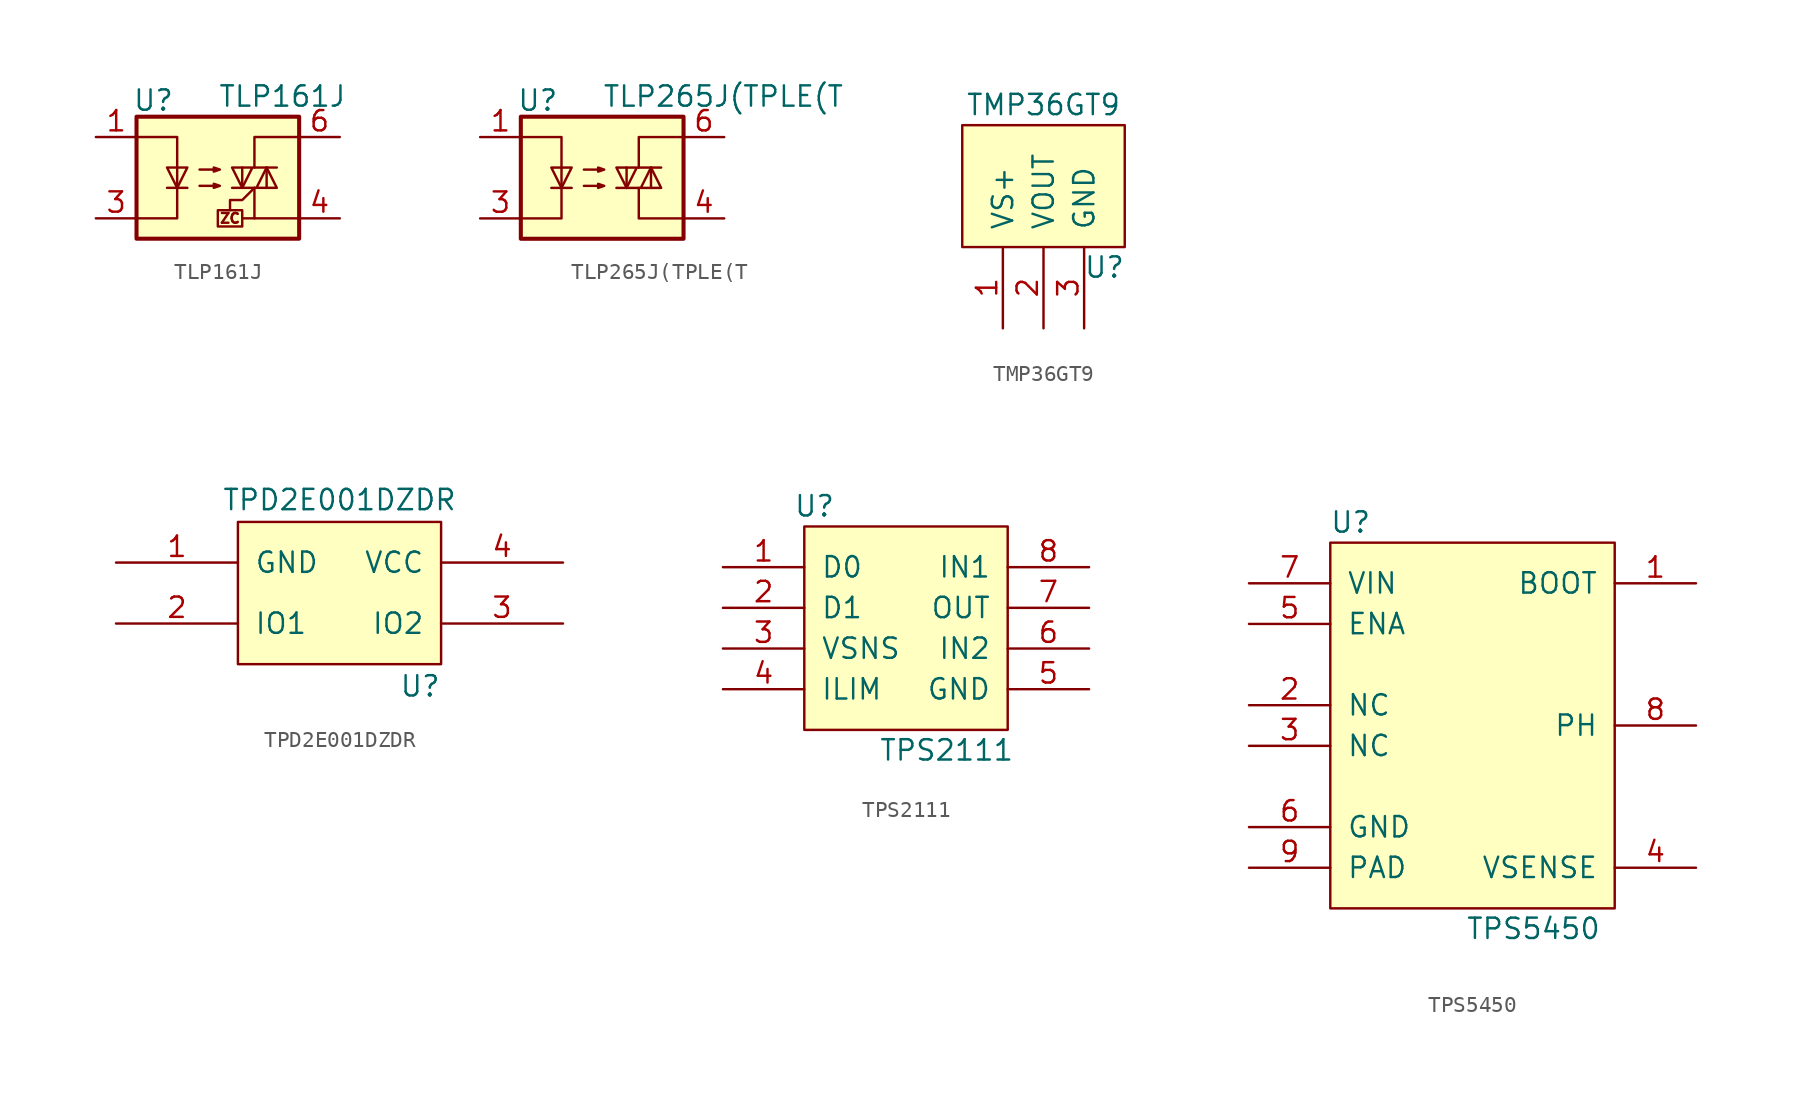
<source format=kicad_sym>
(kicad_symbol_lib
  (version 20211014)
  (generator kicad_symbol_editor)
  (symbol "TLP161J"
    (property "Reference" "U"
      (at -5.334 4.826 0)
      (effects (font (size 1.27 1.27)) (justify left)))
    (property "Value" "TLP161J"
      (at 0 5.08 0)
      (effects (font (size 1.27 1.27)) (justify left)))
    (symbol "TLP161J_0_0"
      (polyline (pts (xy 2.286 -2.54) (xy 1.524 -2.54)) (stroke (width 0) (type default) (color 0 0 0 0)) (fill (type none)))
      (polyline (pts (xy 2.286 -0.635) (xy 1.524 -1.397) (xy 0.762 -1.397) (xy 0.762 -2.032)) (stroke (width 0) (type default) (color 0 0 0 0)) (fill (type none)))
      (polyline (pts (xy 1.524 -2.032) (xy 1.524 -3.048) (xy 0 -3.048) (xy 0 -2.032) (xy 1.524 -2.032)) (stroke (width 0) (type default) (color 0 0 0 0)) (fill (type none)))
      (text "ZC" (at 0.762 -2.54 0) (effects (font (size 0.61 0.61)))))
    (symbol "TLP161J_0_1"
      (rectangle (start -5.08 3.81) (end 5.08 -3.81) (stroke (width 0.254) (type default) (color 0 0 0 0)) (fill (type background)))
      (polyline (pts (xy -3.175 -0.635) (xy -1.905 -0.635)) (stroke (width 0) (type default) (color 0 0 0 0)) (fill (type none)))
      (polyline (pts (xy 1.524 -0.635) (xy 1.524 0.635)) (stroke (width 0) (type default) (color 0 0 0 0)) (fill (type none)))
      (polyline (pts (xy 3.048 0.635) (xy 3.048 -0.635)) (stroke (width 0) (type default) (color 0 0 0 0)) (fill (type none)))
      (polyline (pts (xy 2.286 -0.635) (xy 2.286 -2.54) (xy 5.08 -2.54)) (stroke (width 0) (type default) (color 0 0 0 0)) (fill (type none)))
      (polyline (pts (xy 2.286 0.635) (xy 2.286 2.54) (xy 5.08 2.54)) (stroke (width 0) (type default) (color 0 0 0 0)) (fill (type none)))
      (polyline (pts (xy -5.08 2.54) (xy -2.54 2.54) (xy -2.54 -2.54) (xy -5.08 -2.54)) (stroke (width 0) (type default) (color 0 0 0 0)) (fill (type none)))
      (polyline (pts (xy -2.54 -0.635) (xy -3.175 0.635) (xy -1.905 0.635) (xy -2.54 -0.635)) (stroke (width 0) (type default) (color 0 0 0 0)) (fill (type none)))
      (polyline (pts (xy 0.889 -0.635) (xy 3.683 -0.635) (xy 3.048 0.635) (xy 2.413 -0.635)) (stroke (width 0) (type default) (color 0 0 0 0)) (fill (type none)))
      (polyline (pts (xy 3.683 0.635) (xy 0.889 0.635) (xy 1.524 -0.635) (xy 2.159 0.635)) (stroke (width 0) (type default) (color 0 0 0 0)) (fill (type none)))
      (polyline (pts (xy -1.143 -0.508) (xy 0.127 -0.508) (xy -0.254 -0.635) (xy -0.254 -0.381) (xy 0.127 -0.508)) (stroke (width 0) (type default) (color 0 0 0 0)) (fill (type none)))
      (polyline (pts (xy -1.143 0.508) (xy 0.127 0.508) (xy -0.254 0.381) (xy -0.254 0.635) (xy 0.127 0.508)) (stroke (width 0) (type default) (color 0 0 0 0)) (fill (type none))))
    (symbol "TLP161J_1_1"
      (pin passive line (at -7.62 2.54 0) (length 2.54) (name "~" (effects (font (size 1.27 1.27)))) (number "1" (effects (font (size 1.27 1.27)))))
      (pin passive line (at -7.62 -2.54 0) (length 2.54) (name "~" (effects (font (size 1.27 1.27)))) (number "3" (effects (font (size 1.27 1.27)))))
      (pin passive line (at 7.62 -2.54 180) (length 2.54) (name "~" (effects (font (size 1.27 1.27)))) (number "4" (effects (font (size 1.27 1.27)))))
      (pin passive line (at 7.62 2.54 180) (length 2.54) (name "~" (effects (font (size 1.27 1.27)))) (number "6" (effects (font (size 1.27 1.27)))))))
  (symbol "TLP265J(TPLE(T"
    (property "Reference" "U"
      (at -5.334 4.826 0)
      (effects (font (size 1.27 1.27)) (justify left)))
    (property "Value" "TLP265J(TPLE(T"
      (at 0 5.08 0)
      (effects (font (size 1.27 1.27)) (justify left)))
    (symbol "TLP265J(TPLE(T_0_1"
      (rectangle (start -5.08 3.81) (end 5.08 -3.81) (stroke (width 0.254) (type default) (color 0 0 0 0)) (fill (type background)))
      (polyline (pts (xy -3.175 -0.635) (xy -1.905 -0.635)) (stroke (width 0) (type default) (color 0 0 0 0)) (fill (type none)))
      (polyline (pts (xy 1.524 -0.635) (xy 1.524 0.635)) (stroke (width 0) (type default) (color 0 0 0 0)) (fill (type none)))
      (polyline (pts (xy 3.048 0.635) (xy 3.048 -0.635)) (stroke (width 0) (type default) (color 0 0 0 0)) (fill (type none)))
      (polyline (pts (xy 2.286 -0.635) (xy 2.286 -2.54) (xy 5.08 -2.54)) (stroke (width 0) (type default) (color 0 0 0 0)) (fill (type none)))
      (polyline (pts (xy 2.286 0.635) (xy 2.286 2.54) (xy 5.08 2.54)) (stroke (width 0) (type default) (color 0 0 0 0)) (fill (type none)))
      (polyline (pts (xy -5.08 2.54) (xy -2.54 2.54) (xy -2.54 -2.54) (xy -5.08 -2.54)) (stroke (width 0) (type default) (color 0 0 0 0)) (fill (type none)))
      (polyline (pts (xy -2.54 -0.635) (xy -3.175 0.635) (xy -1.905 0.635) (xy -2.54 -0.635)) (stroke (width 0) (type default) (color 0 0 0 0)) (fill (type none)))
      (polyline (pts (xy 0.889 -0.635) (xy 3.683 -0.635) (xy 3.048 0.635) (xy 2.413 -0.635)) (stroke (width 0) (type default) (color 0 0 0 0)) (fill (type none)))
      (polyline (pts (xy 3.683 0.635) (xy 0.889 0.635) (xy 1.524 -0.635) (xy 2.159 0.635)) (stroke (width 0) (type default) (color 0 0 0 0)) (fill (type none)))
      (polyline (pts (xy -1.143 -0.508) (xy 0.127 -0.508) (xy -0.254 -0.635) (xy -0.254 -0.381) (xy 0.127 -0.508)) (stroke (width 0) (type default) (color 0 0 0 0)) (fill (type none)))
      (polyline (pts (xy -1.143 0.508) (xy 0.127 0.508) (xy -0.254 0.381) (xy -0.254 0.635) (xy 0.127 0.508)) (stroke (width 0) (type default) (color 0 0 0 0)) (fill (type none))))
    (symbol "TLP265J(TPLE(T_1_1"
      (pin passive line (at -7.62 2.54 0) (length 2.54) (name "~" (effects (font (size 1.27 1.27)))) (number "1" (effects (font (size 1.27 1.27)))))
      (pin passive line (at -7.62 -2.54 0) (length 2.54) (name "~" (effects (font (size 1.27 1.27)))) (number "3" (effects (font (size 1.27 1.27)))))
      (pin passive line (at 7.62 -2.54 180) (length 2.54) (name "~" (effects (font (size 1.27 1.27)))) (number "4" (effects (font (size 1.27 1.27)))))
      (pin passive line (at 7.62 2.54 180) (length 2.54) (name "~" (effects (font (size 1.27 1.27)))) (number "6" (effects (font (size 1.27 1.27)))))))
  (symbol "TMP36GT9"
    (pin_names
      (offset 1.016))
    (property "Reference" "U"
      (at 6.35 -1.27 0)
      (effects (font (size 1.27 1.27))))
    (property "Value" "TMP36GT9"
      (at 2.54 8.89 0)
      (effects (font (size 1.27 1.27))))
    (symbol "TMP36GT9_0_1"
      (rectangle (start -2.54 0) (end 7.62 7.62) (stroke (width 0) (type default) (color 0 0 0 0)) (fill (type background))))
    (symbol "TMP36GT9_1_1"
      (pin input line (at 0 -5.08 90) (length 5.08) (name "VS+" (effects (font (size 1.27 1.27)))) (number "1" (effects (font (size 1.27 1.27)))))
      (pin input line (at 2.54 -5.08 90) (length 5.08) (name "VOUT" (effects (font (size 1.27 1.27)))) (number "2" (effects (font (size 1.27 1.27)))))
      (pin input line (at 5.08 -5.08 90) (length 5.08) (name "GND" (effects (font (size 1.27 1.27)))) (number "3" (effects (font (size 1.27 1.27)))))))
  (symbol "TPD2E001DZDR"
    (pin_names
      (offset 1.016))
    (property "Reference" "U"
      (at 6.35 -5.715 0)
      (effects (font (size 1.27 1.27)) (justify right top)))
    (property "Value" "TPD2E001DZDR"
      (at 0 4.445 0)
      (effects (font (size 1.27 1.27)) (justify bottom)))
    (property "Footprint" ""
      (at -6.35 5.08 0)
      (effects (font (size 1.524 1.524))))
    (property "Datasheet" ""
      (at -6.35 5.08 0)
      (effects (font (size 1.524 1.524))))
    (symbol "TPD2E001DZDR_0_1"
      (rectangle (start 6.35 -5.08) (end -6.35 3.81) (stroke (width 0) (type default) (color 0 0 0 0)) (fill (type background))))
    (symbol "TPD2E001DZDR_1_1"
      (pin power_in line (at -13.97 1.27 0) (length 7.62) (name "GND" (effects (font (size 1.27 1.27)))) (number "1" (effects (font (size 1.27 1.27)))))
      (pin bidirectional line (at -13.97 -2.54 0) (length 7.62) (name "IO1" (effects (font (size 1.27 1.27)))) (number "2" (effects (font (size 1.27 1.27)))))
      (pin bidirectional line (at 13.97 -2.54 180) (length 7.62) (name "IO2" (effects (font (size 1.27 1.27)))) (number "3" (effects (font (size 1.27 1.27)))))
      (pin power_in line (at 13.97 1.27 180) (length 7.62) (name "VCC" (effects (font (size 1.27 1.27)))) (number "4" (effects (font (size 1.27 1.27)))))))
  (symbol "TPS2111"
    (pin_names
      (offset 1.016))
    (property "Reference" "U"
      (at 0.635 1.27 0)
      (effects (font (size 1.27 1.27))))
    (property "Value" "TPS2111"
      (at 8.89 -13.97 0)
      (effects (font (size 1.27 1.27))))
    (symbol "TPS2111_0_1"
      (rectangle (start 12.7 0) (end 0 -12.7) (stroke (width 0) (type default) (color 0 0 0 0)) (fill (type background))))
    (symbol "TPS2111_1_1"
      (pin input line (at -5.08 -2.54 0) (length 5.08) (name "D0" (effects (font (size 1.27 1.27)))) (number "1" (effects (font (size 1.27 1.27)))))
      (pin input line (at -5.08 -5.08 0) (length 5.08) (name "D1" (effects (font (size 1.27 1.27)))) (number "2" (effects (font (size 1.27 1.27)))))
      (pin input line (at -5.08 -7.62 0) (length 5.08) (name "VSNS" (effects (font (size 1.27 1.27)))) (number "3" (effects (font (size 1.27 1.27)))))
      (pin input line (at -5.08 -10.16 0) (length 5.08) (name "ILIM" (effects (font (size 1.27 1.27)))) (number "4" (effects (font (size 1.27 1.27)))))
      (pin input line (at 17.78 -10.16 180) (length 5.08) (name "GND" (effects (font (size 1.27 1.27)))) (number "5" (effects (font (size 1.27 1.27)))))
      (pin input line (at 17.78 -7.62 180) (length 5.08) (name "IN2" (effects (font (size 1.27 1.27)))) (number "6" (effects (font (size 1.27 1.27)))))
      (pin input line (at 17.78 -5.08 180) (length 5.08) (name "OUT" (effects (font (size 1.27 1.27)))) (number "7" (effects (font (size 1.27 1.27)))))
      (pin input line (at 17.78 -2.54 180) (length 5.08) (name "IN1" (effects (font (size 1.27 1.27)))) (number "8" (effects (font (size 1.27 1.27)))))))
  (symbol "TPS5450"
    (pin_names
      (offset 1.016))
    (property "Reference" "U"
      (at 1.27 3.81 0)
      (effects (font (size 1.27 1.27))))
    (property "Value" "TPS5450"
      (at 12.7 -21.59 0)
      (effects (font (size 1.27 1.27))))
    (symbol "TPS5450_0_1"
      (rectangle (start 0 2.54) (end 17.78 -20.32) (stroke (width 0) (type default) (color 0 0 0 0)) (fill (type background))))
    (symbol "TPS5450_1_1"
      (pin input line (at 22.86 0 180) (length 5.08) (name "BOOT" (effects (font (size 1.27 1.27)))) (number "1" (effects (font (size 1.27 1.27)))))
      (pin input line (at -5.08 -7.62 0) (length 5.08) (name "NC" (effects (font (size 1.27 1.27)))) (number "2" (effects (font (size 1.27 1.27)))))
      (pin input line (at -5.08 -10.16 0) (length 5.08) (name "NC" (effects (font (size 1.27 1.27)))) (number "3" (effects (font (size 1.27 1.27)))))
      (pin input line (at 22.86 -17.78 180) (length 5.08) (name "VSENSE" (effects (font (size 1.27 1.27)))) (number "4" (effects (font (size 1.27 1.27)))))
      (pin input line (at -5.08 -2.54 0) (length 5.08) (name "ENA" (effects (font (size 1.27 1.27)))) (number "5" (effects (font (size 1.27 1.27)))))
      (pin input line (at -5.08 -15.24 0) (length 5.08) (name "GND" (effects (font (size 1.27 1.27)))) (number "6" (effects (font (size 1.27 1.27)))))
      (pin input line (at -5.08 0 0) (length 5.08) (name "VIN" (effects (font (size 1.27 1.27)))) (number "7" (effects (font (size 1.27 1.27)))))
      (pin input line (at 22.86 -8.89 180) (length 5.08) (name "PH" (effects (font (size 1.27 1.27)))) (number "8" (effects (font (size 1.27 1.27)))))
      (pin input line (at -5.08 -17.78 0) (length 5.08) (name "PAD" (effects (font (size 1.27 1.27)))) (number "9" (effects (font (size 1.27 1.27))))))))
</source>
